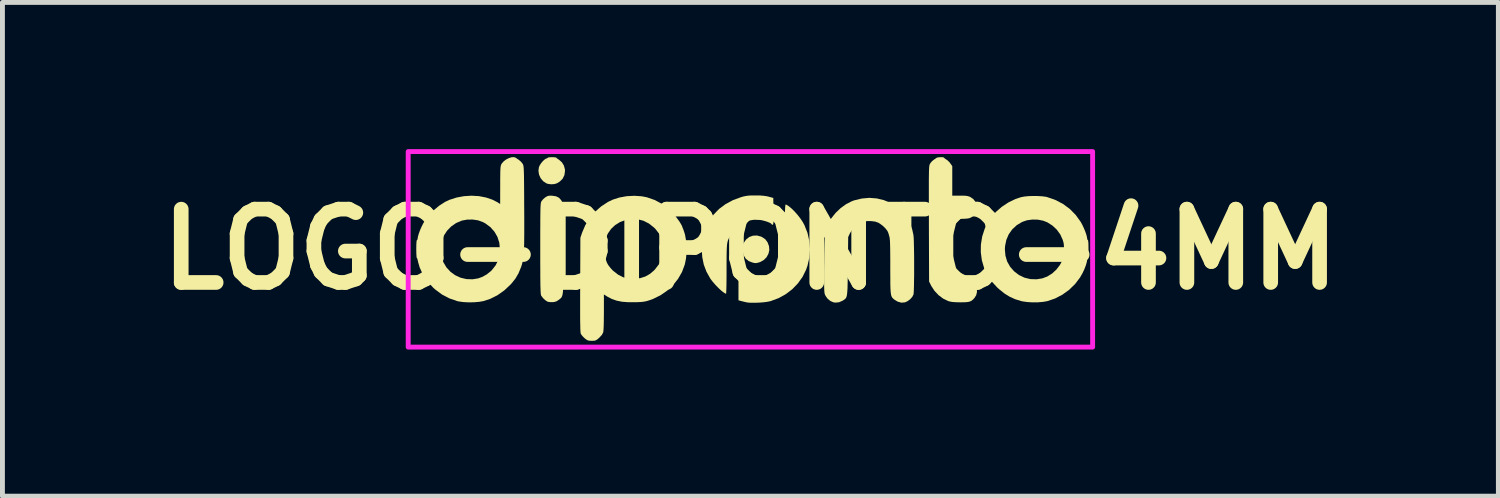
<source format=kicad_pcb>
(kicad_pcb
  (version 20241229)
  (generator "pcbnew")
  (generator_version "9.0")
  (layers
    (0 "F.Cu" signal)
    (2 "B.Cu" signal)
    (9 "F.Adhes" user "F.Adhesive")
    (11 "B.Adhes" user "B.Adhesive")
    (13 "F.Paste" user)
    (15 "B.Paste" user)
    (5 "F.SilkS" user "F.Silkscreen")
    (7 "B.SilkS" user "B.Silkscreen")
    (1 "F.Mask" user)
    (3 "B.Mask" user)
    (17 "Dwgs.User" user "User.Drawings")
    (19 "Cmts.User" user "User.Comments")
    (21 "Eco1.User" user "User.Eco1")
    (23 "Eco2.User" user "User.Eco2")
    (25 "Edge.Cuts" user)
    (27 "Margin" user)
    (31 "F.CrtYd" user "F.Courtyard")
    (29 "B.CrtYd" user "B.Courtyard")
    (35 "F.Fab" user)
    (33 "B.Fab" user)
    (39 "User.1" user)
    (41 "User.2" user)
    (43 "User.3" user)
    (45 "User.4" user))
  (footprint "LOGO-DIPONTO-4MM"
    (layer "F.Cu")
    (at 12.3 2.05)
    (property "Reference" "LOGO-DIPONTO-4MM" (at 0 0 0) (layer "F.SilkS") (effects (font (size 1.5 1.5) (thickness 0.3))))
    (attr board_only exclude_from_pos_files exclude_from_bom)
    (fp_poly (pts (xy 0.216 -0.261) (xy 0.238 -0.251) (xy 0.304 -0.206) (xy 0.35 -0.145) (xy 0.38 -0.066) (xy 0.387 0.014) (xy 0.369 0.091) (xy 0.331 0.161) (xy 0.275 0.218) (xy 0.204 0.258) (xy 0.185 0.265) (xy 0.141 0.277) (xy 0.111 0.282) (xy 0.085 0.28) (xy 0.049 0.272) (xy 0.047 0.272) (xy -0.034 0.241) (xy -0.096 0.191) (xy -0.137 0.124) (xy -0.158 0.039) (xy -0.16 0.014) (xy -0.161 -0.045) (xy -0.155 -0.089) (xy -0.139 -0.129) (xy -0.138 -0.13) (xy -0.088 -0.202) (xy -0.023 -0.252) (xy 0.052 -0.279) (xy 0.133 -0.283)) (stroke (width 0) (type solid)) (fill yes) (layer "F.SilkS"))
    (fp_poly (pts (xy -4.025 -1.884) (xy -3.991 -1.881) (xy -3.972 -1.876) (xy -3.971 -1.874) (xy -3.958 -1.861) (xy -3.929 -1.841) (xy -3.916 -1.832) (xy -3.857 -1.781) (xy -3.815 -1.713) (xy -3.794 -1.634) (xy -3.793 -1.602) (xy -3.805 -1.517) (xy -3.841 -1.444) (xy -3.901 -1.385) (xy -3.956 -1.351) (xy -4.009 -1.335) (xy -4.074 -1.33) (xy -4.137 -1.338) (xy -4.17 -1.348) (xy -4.239 -1.393) (xy -4.291 -1.455) (xy -4.324 -1.529) (xy -4.336 -1.61) (xy -4.326 -1.68) (xy -4.309 -1.719) (xy -4.281 -1.762) (xy -4.246 -1.804) (xy -4.21 -1.837) (xy -4.18 -1.856) (xy -4.17 -1.858) (xy -4.152 -1.865) (xy -4.15 -1.871) (xy -4.138 -1.878) (xy -4.107 -1.883) (xy -4.067 -1.885)) (stroke (width 0) (type solid)) (fill yes) (layer "F.SilkS"))
    (fp_poly (pts (xy 0.726 -0.917) (xy 0.776 -0.889) (xy 0.835 -0.841) (xy 0.899 -0.779) (xy 0.962 -0.708) (xy 1.022 -0.631) (xy 1.073 -0.554) (xy 1.105 -0.495) (xy 1.168 -0.335) (xy 1.205 -0.168) (xy 1.218 0.002) (xy 1.205 0.171) (xy 1.167 0.337) (xy 1.139 0.417) (xy 1.066 0.564) (xy 0.971 0.697) (xy 0.856 0.816) (xy 0.724 0.917) (xy 0.578 0.998) (xy 0.42 1.057) (xy 0.393 1.064) (xy 0.337 1.075) (xy 0.264 1.084) (xy 0.182 1.09) (xy 0.098 1.093) (xy 0.02 1.093) (xy -0.044 1.09) (xy -0.076 1.085) (xy -0.128 1.073) (xy -0.182 1.06) (xy -0.188 1.058) (xy -0.244 1.043) (xy -0.244 0.765) (xy -0.244 0.488) (xy -0.193 0.521) (xy -0.111 0.561) (xy -0.013 0.586) (xy 0.094 0.595) (xy 0.202 0.588) (xy 0.303 0.566) (xy 0.325 0.558) (xy 0.427 0.505) (xy 0.519 0.43) (xy 0.599 0.335) (xy 0.663 0.225) (xy 0.672 0.203) (xy 0.679 0.186) (xy 0.684 0.167) (xy 0.689 0.142) (xy 0.692 0.109) (xy 0.695 0.066) (xy 0.697 0.009) (xy 0.699 -0.064) (xy 0.7 -0.156) (xy 0.702 -0.27) (xy 0.703 -0.391) (xy 0.704 -0.527) (xy 0.705 -0.639) (xy 0.706 -0.728) (xy 0.708 -0.797) (xy 0.71 -0.847) (xy 0.713 -0.883) (xy 0.716 -0.904) (xy 0.72 -0.915) (xy 0.725 -0.917)) (stroke (width 0) (type solid)) (fill yes) (layer "F.SilkS"))
    (fp_poly (pts (xy 0.197 -1.101) (xy 0.272 -1.095) (xy 0.335 -1.086) (xy 0.373 -1.077) (xy 0.468 -1.051) (xy 0.472 -0.776) (xy 0.473 -0.682) (xy 0.473 -0.612) (xy 0.472 -0.563) (xy 0.469 -0.53) (xy 0.465 -0.511) (xy 0.46 -0.503) (xy 0.455 -0.502) (xy 0.436 -0.508) (xy 0.434 -0.513) (xy 0.422 -0.528) (xy 0.389 -0.546) (xy 0.341 -0.565) (xy 0.286 -0.582) (xy 0.227 -0.596) (xy 0.203 -0.6) (xy 0.077 -0.605) (xy -0.043 -0.586) (xy -0.155 -0.543) (xy -0.256 -0.479) (xy -0.342 -0.397) (xy -0.411 -0.297) (xy -0.46 -0.182) (xy -0.467 -0.156) (xy -0.473 -0.129) (xy -0.478 -0.095) (xy -0.481 -0.052) (xy -0.484 0.004) (xy -0.486 0.076) (xy -0.487 0.166) (xy -0.488 0.277) (xy -0.488 0.413) (xy -0.488 0.416) (xy -0.488 0.529) (xy -0.489 0.632) (xy -0.49 0.724) (xy -0.492 0.8) (xy -0.494 0.858) (xy -0.496 0.895) (xy -0.498 0.909) (xy -0.516 0.902) (xy -0.544 0.885) (xy -0.547 0.883) (xy -0.596 0.845) (xy -0.653 0.792) (xy -0.712 0.731) (xy -0.768 0.667) (xy -0.813 0.609) (xy -0.821 0.597) (xy -0.9 0.456) (xy -0.954 0.312) (xy -0.985 0.16) (xy -0.995 0) (xy -0.992 -0.113) (xy -0.981 -0.21) (xy -0.961 -0.301) (xy -0.93 -0.398) (xy -0.92 -0.422) (xy -0.849 -0.573) (xy -0.755 -0.708) (xy -0.642 -0.825) (xy -0.508 -0.925) (xy -0.355 -1.007) (xy -0.194 -1.066) (xy -0.138 -1.082) (xy -0.088 -1.092) (xy -0.036 -1.099) (xy 0.026 -1.102) (xy 0.102 -1.102)) (stroke (width 0) (type solid)) (fill yes) (layer "F.SilkS"))
    (fp_poly (pts (xy -4.051 -1.096) (xy -3.974 -1.084) (xy -3.916 -1.055) (xy -3.872 -1.007) (xy -3.853 -0.972) (xy -3.847 -0.96) (xy -3.842 -0.947) (xy -3.838 -0.931) (xy -3.835 -0.911) (xy -3.832 -0.884) (xy -3.83 -0.847) (xy -3.828 -0.8) (xy -3.827 -0.74) (xy -3.826 -0.664) (xy -3.825 -0.572) (xy -3.825 -0.461) (xy -3.824 -0.328) (xy -3.824 -0.172) (xy -3.824 -0.006) (xy -3.824 0.179) (xy -3.824 0.338) (xy -3.825 0.474) (xy -3.825 0.59) (xy -3.826 0.685) (xy -3.829 0.764) (xy -3.832 0.828) (xy -3.836 0.878) (xy -3.842 0.918) (xy -3.849 0.948) (xy -3.858 0.97) (xy -3.868 0.988) (xy -3.881 1.002) (xy -3.897 1.015) (xy -3.914 1.029) (xy -3.922 1.035) (xy -3.967 1.064) (xy -4.016 1.078) (xy -4.044 1.08) (xy -4.093 1.08) (xy -4.135 1.075) (xy -4.15 1.07) (xy -4.195 1.042) (xy -4.241 0.999) (xy -4.276 0.953) (xy -4.28 0.947) (xy -4.284 0.935) (xy -4.287 0.917) (xy -4.29 0.888) (xy -4.292 0.849) (xy -4.294 0.796) (xy -4.296 0.728) (xy -4.297 0.644) (xy -4.298 0.541) (xy -4.298 0.417) (xy -4.299 0.271) (xy -4.299 0.101) (xy -4.299 -0.016) (xy -4.299 -0.197) (xy -4.299 -0.353) (xy -4.298 -0.486) (xy -4.298 -0.598) (xy -4.297 -0.691) (xy -4.296 -0.766) (xy -4.295 -0.826) (xy -4.293 -0.873) (xy -4.291 -0.909) (xy -4.288 -0.935) (xy -4.285 -0.954) (xy -4.281 -0.968) (xy -4.277 -0.978) (xy -4.272 -0.986) (xy -4.244 -1.021) (xy -4.205 -1.056) (xy -4.191 -1.066) (xy -4.157 -1.086) (xy -4.125 -1.096) (xy -4.084 -1.098)) (stroke (width 0) (type solid)) (fill yes) (layer "F.SilkS"))
    (fp_poly (pts (xy 3.936 -1.883) (xy 3.957 -1.878) (xy 3.96 -1.875) (xy 3.971 -1.862) (xy 3.997 -1.844) (xy 4.004 -1.84) (xy 4.039 -1.814) (xy 4.075 -1.777) (xy 4.089 -1.759) (xy 4.129 -1.702) (xy 4.129 -1.4) (xy 4.129 -1.098) (xy 4.284 -1.098) (xy 4.357 -1.098) (xy 4.409 -1.095) (xy 4.448 -1.088) (xy 4.48 -1.078) (xy 4.498 -1.07) (xy 4.561 -1.026) (xy 4.606 -0.969) (xy 4.63 -0.902) (xy 4.634 -0.832) (xy 4.615 -0.764) (xy 4.581 -0.711) (xy 4.548 -0.677) (xy 4.517 -0.653) (xy 4.48 -0.637) (xy 4.433 -0.629) (xy 4.37 -0.625) (xy 4.296 -0.624) (xy 4.129 -0.624) (xy 4.136 -0.033) (xy 4.143 0.558) (xy 4.175 0.584) (xy 4.197 0.598) (xy 4.227 0.606) (xy 4.271 0.61) (xy 4.324 0.611) (xy 4.4 0.613) (xy 4.456 0.622) (xy 4.497 0.636) (xy 4.56 0.678) (xy 4.605 0.735) (xy 4.631 0.801) (xy 4.635 0.871) (xy 4.618 0.94) (xy 4.581 0.998) (xy 4.549 1.031) (xy 4.518 1.055) (xy 4.483 1.07) (xy 4.438 1.079) (xy 4.377 1.083) (xy 4.294 1.084) (xy 4.289 1.084) (xy 4.204 1.082) (xy 4.14 1.078) (xy 4.09 1.07) (xy 4.048 1.059) (xy 4.045 1.058) (xy 3.944 1.009) (xy 3.849 0.938) (xy 3.766 0.85) (xy 3.701 0.751) (xy 3.693 0.735) (xy 3.655 0.658) (xy 3.651 -0.522) (xy 3.651 -0.728) (xy 3.65 -0.909) (xy 3.65 -1.066) (xy 3.65 -1.202) (xy 3.65 -1.317) (xy 3.65 -1.414) (xy 3.651 -1.494) (xy 3.652 -1.559) (xy 3.653 -1.611) (xy 3.655 -1.652) (xy 3.657 -1.683) (xy 3.66 -1.706) (xy 3.663 -1.723) (xy 3.667 -1.736) (xy 3.671 -1.745) (xy 3.673 -1.749) (xy 3.702 -1.789) (xy 3.74 -1.824) (xy 3.744 -1.827) (xy 3.778 -1.85) (xy 3.803 -1.868) (xy 3.807 -1.871) (xy 3.827 -1.879) (xy 3.862 -1.883) (xy 3.901 -1.885)) (stroke (width 0) (type solid)) (fill yes) (layer "F.SilkS"))
    (fp_poly (pts (xy 5.876 -1.09) (xy 5.966 -1.085) (xy 6.041 -1.075) (xy 6.069 -1.069) (xy 6.24 -1.009) (xy 6.395 -0.928) (xy 6.533 -0.826) (xy 6.654 -0.703) (xy 6.755 -0.563) (xy 6.789 -0.502) (xy 6.821 -0.433) (xy 6.85 -0.362) (xy 6.873 -0.295) (xy 6.886 -0.241) (xy 6.889 -0.216) (xy 6.895 -0.195) (xy 6.903 -0.19) (xy 6.908 -0.177) (xy 6.913 -0.139) (xy 6.915 -0.079) (xy 6.916 -0.000026) (xy 6.916 0.001) (xy 6.915 0.084) (xy 6.913 0.142) (xy 6.908 0.175) (xy 6.903 0.183) (xy 6.892 0.188) (xy 6.889 0.206) (xy 6.881 0.261) (xy 6.86 0.332) (xy 6.829 0.412) (xy 6.79 0.494) (xy 6.745 0.572) (xy 6.743 0.576) (xy 6.641 0.71) (xy 6.52 0.828) (xy 6.383 0.927) (xy 6.234 1.005) (xy 6.077 1.059) (xy 5.987 1.075) (xy 5.881 1.084) (xy 5.769 1.085) (xy 5.659 1.078) (xy 5.562 1.064) (xy 5.533 1.057) (xy 5.412 1.019) (xy 5.304 0.97) (xy 5.2 0.906) (xy 5.096 0.823) (xy 5.049 0.781) (xy 4.937 0.659) (xy 4.847 0.524) (xy 4.779 0.378) (xy 4.734 0.223) (xy 4.713 0.063) (xy 4.713 0) (xy 5.205 0) (xy 5.217 0.131) (xy 5.252 0.25) (xy 5.313 0.357) (xy 5.392 0.448) (xy 5.494 0.526) (xy 5.606 0.58) (xy 5.727 0.609) (xy 5.854 0.613) (xy 5.973 0.594) (xy 6.075 0.555) (xy 6.172 0.494) (xy 6.259 0.414) (xy 6.331 0.32) (xy 6.36 0.267) (xy 6.381 0.22) (xy 6.396 0.18) (xy 6.404 0.137) (xy 6.409 0.083) (xy 6.412 0.035) (xy 6.414 -0.035) (xy 6.412 -0.088) (xy 6.406 -0.132) (xy 6.393 -0.178) (xy 6.388 -0.195) (xy 6.338 -0.305) (xy 6.266 -0.404) (xy 6.176 -0.487) (xy 6.074 -0.552) (xy 5.99 -0.585) (xy 5.881 -0.607) (xy 5.767 -0.609) (xy 5.657 -0.594) (xy 5.558 -0.56) (xy 5.447 -0.493) (xy 5.356 -0.408) (xy 5.284 -0.307) (xy 5.235 -0.193) (xy 5.209 -0.067) (xy 5.205 0) (xy 4.713 0) (xy 4.715 -0.099) (xy 4.741 -0.261) (xy 4.792 -0.419) (xy 4.837 -0.518) (xy 4.919 -0.647) (xy 5.022 -0.765) (xy 5.144 -0.871) (xy 5.279 -0.96) (xy 5.423 -1.03) (xy 5.533 -1.066) (xy 5.6 -1.079) (xy 5.685 -1.088) (xy 5.78 -1.091)) (stroke (width 0) (type solid)) (fill yes) (layer "F.SilkS"))
    (fp_poly (pts (xy 2.585 -1.041) (xy 2.731 -1.006) (xy 2.867 -0.947) (xy 2.992 -0.866) (xy 3.104 -0.764) (xy 3.2 -0.642) (xy 3.227 -0.598) (xy 3.276 -0.503) (xy 3.31 -0.406) (xy 3.334 -0.296) (xy 3.335 -0.285) (xy 3.339 -0.249) (xy 3.342 -0.191) (xy 3.344 -0.114) (xy 3.346 -0.022) (xy 3.348 0.08) (xy 3.349 0.191) (xy 3.349 0.305) (xy 3.349 0.419) (xy 3.349 0.531) (xy 3.347 0.635) (xy 3.346 0.729) (xy 3.344 0.809) (xy 3.341 0.871) (xy 3.338 0.912) (xy 3.336 0.924) (xy 3.31 0.974) (xy 3.267 1.022) (xy 3.213 1.062) (xy 3.161 1.085) (xy 3.087 1.091) (xy 3.012 1.07) (xy 2.952 1.034) (xy 2.931 1.018) (xy 2.913 1.002) (xy 2.899 0.984) (xy 2.887 0.963) (xy 2.878 0.934) (xy 2.872 0.895) (xy 2.867 0.845) (xy 2.864 0.78) (xy 2.862 0.697) (xy 2.862 0.595) (xy 2.861 0.47) (xy 2.861 0.356) (xy 2.861 0.207) (xy 2.86 0.083) (xy 2.859 -0.019) (xy 2.857 -0.1) (xy 2.855 -0.163) (xy 2.851 -0.209) (xy 2.847 -0.242) (xy 2.843 -0.259) (xy 2.832 -0.297) (xy 2.825 -0.323) (xy 2.823 -0.329) (xy 2.804 -0.374) (xy 2.765 -0.425) (xy 2.713 -0.477) (xy 2.652 -0.523) (xy 2.615 -0.545) (xy 2.553 -0.567) (xy 2.477 -0.577) (xy 2.394 -0.578) (xy 2.316 -0.567) (xy 2.251 -0.546) (xy 2.249 -0.545) (xy 2.163 -0.489) (xy 2.09 -0.414) (xy 2.036 -0.328) (xy 2 -0.251) (xy 1.993 0.346) (xy 1.992 0.494) (xy 1.99 0.618) (xy 1.988 0.719) (xy 1.986 0.801) (xy 1.982 0.865) (xy 1.977 0.915) (xy 1.971 0.952) (xy 1.962 0.98) (xy 1.951 1.001) (xy 1.936 1.016) (xy 1.919 1.03) (xy 1.898 1.043) (xy 1.888 1.05) (xy 1.813 1.083) (xy 1.735 1.09) (xy 1.691 1.082) (xy 1.631 1.054) (xy 1.576 1.007) (xy 1.535 0.949) (xy 1.519 0.91) (xy 1.515 0.884) (xy 1.511 0.842) (xy 1.509 0.782) (xy 1.508 0.702) (xy 1.507 0.601) (xy 1.507 0.477) (xy 1.508 0.327) (xy 1.509 0.279) (xy 1.51 0.131) (xy 1.512 0.007) (xy 1.514 -0.096) (xy 1.517 -0.18) (xy 1.521 -0.249) (xy 1.526 -0.306) (xy 1.533 -0.353) (xy 1.542 -0.394) (xy 1.554 -0.431) (xy 1.568 -0.468) (xy 1.585 -0.507) (xy 1.593 -0.524) (xy 1.657 -0.638) (xy 1.743 -0.745) (xy 1.844 -0.842) (xy 1.956 -0.923) (xy 2.073 -0.983) (xy 2.12 -1.001) (xy 2.278 -1.039) (xy 2.433 -1.053)) (stroke (width 0) (type solid)) (fill yes) (layer "F.SilkS"))
    (fp_poly (pts (xy -2.223 -1.085) (xy -2.116 -1.064) (xy -1.958 -1.009) (xy -1.811 -0.931) (xy -1.676 -0.83) (xy -1.556 -0.71) (xy -1.455 -0.573) (xy -1.447 -0.56) (xy -1.422 -0.519) (xy -1.404 -0.487) (xy -1.397 -0.471) (xy -1.397 -0.471) (xy -1.392 -0.456) (xy -1.38 -0.425) (xy -1.374 -0.412) (xy -1.34 -0.31) (xy -1.318 -0.191) (xy -1.306 -0.062) (xy -1.306 0.07) (xy -1.319 0.197) (xy -1.342 0.31) (xy -1.399 0.463) (xy -1.48 0.604) (xy -1.582 0.733) (xy -1.703 0.846) (xy -1.841 0.941) (xy -1.994 1.016) (xy -2.045 1.035) (xy -2.097 1.052) (xy -2.142 1.064) (xy -2.189 1.072) (xy -2.244 1.078) (xy -2.316 1.081) (xy -2.353 1.082) (xy -2.5 1.082) (xy -2.627 1.072) (xy -2.737 1.05) (xy -2.835 1.015) (xy -2.926 0.968) (xy -2.933 0.963) (xy -2.997 0.923) (xy -2.997 1.285) (xy -2.998 1.389) (xy -2.999 1.484) (xy -3.001 1.566) (xy -3.004 1.633) (xy -3.008 1.678) (xy -3.011 1.698) (xy -3.036 1.747) (xy -3.085 1.801) (xy -3.094 1.81) (xy -3.132 1.843) (xy -3.161 1.861) (xy -3.191 1.869) (xy -3.232 1.871) (xy -3.246 1.871) (xy -3.295 1.87) (xy -3.328 1.862) (xy -3.359 1.844) (xy -3.392 1.818) (xy -3.429 1.782) (xy -3.458 1.746) (xy -3.47 1.726) (xy -3.474 1.71) (xy -3.476 1.679) (xy -3.479 1.633) (xy -3.48 1.568) (xy -3.482 1.485) (xy -3.483 1.381) (xy -3.483 1.256) (xy -3.483 1.107) (xy -3.483 0.935) (xy -3.482 0.736) (xy -3.482 0.725) (xy -3.479 0.021) (xy -2.996 0.021) (xy -2.979 0.143) (xy -2.939 0.264) (xy -2.922 0.298) (xy -2.897 0.338) (xy -2.859 0.385) (xy -2.816 0.432) (xy -2.809 0.438) (xy -2.706 0.519) (xy -2.596 0.574) (xy -2.478 0.603) (xy -2.354 0.606) (xy -2.252 0.589) (xy -2.149 0.556) (xy -2.059 0.505) (xy -1.974 0.434) (xy -1.953 0.412) (xy -1.872 0.307) (xy -1.817 0.195) (xy -1.787 0.076) (xy -1.784 -0.05) (xy -1.79 -0.1) (xy -1.82 -0.219) (xy -1.871 -0.324) (xy -1.946 -0.42) (xy -1.972 -0.445) (xy -2.075 -0.527) (xy -2.187 -0.584) (xy -2.306 -0.615) (xy -2.429 -0.62) (xy -2.554 -0.599) (xy -2.666 -0.558) (xy -2.767 -0.496) (xy -2.851 -0.416) (xy -2.917 -0.321) (xy -2.964 -0.214) (xy -2.99 -0.099) (xy -2.996 0.021) (xy -3.479 0.021) (xy -3.478 -0.237) (xy -3.443 -0.341) (xy -3.377 -0.495) (xy -3.288 -0.638) (xy -3.179 -0.767) (xy -3.053 -0.878) (xy -2.914 -0.969) (xy -2.816 -1.016) (xy -2.679 -1.06) (xy -2.529 -1.087) (xy -2.374 -1.095)) (stroke (width 0) (type solid)) (fill yes) (layer "F.SilkS"))
    (fp_poly (pts (xy -4.799 -1.873) (xy -4.797 -1.871) (xy -4.775 -1.855) (xy -4.742 -1.833) (xy -4.734 -1.827) (xy -4.695 -1.794) (xy -4.662 -1.754) (xy -4.659 -1.749) (xy -4.653 -1.739) (xy -4.649 -1.728) (xy -4.644 -1.713) (xy -4.641 -1.692) (xy -4.638 -1.665) (xy -4.636 -1.627) (xy -4.634 -1.578) (xy -4.632 -1.516) (xy -4.631 -1.437) (xy -4.63 -1.341) (xy -4.629 -1.225) (xy -4.628 -1.086) (xy -4.628 -0.924) (xy -4.627 -0.841) (xy -4.626 -0.65) (xy -4.626 -0.484) (xy -4.626 -0.34) (xy -4.627 -0.217) (xy -4.628 -0.112) (xy -4.631 -0.024) (xy -4.634 0.051) (xy -4.639 0.114) (xy -4.644 0.168) (xy -4.651 0.215) (xy -4.66 0.257) (xy -4.67 0.296) (xy -4.682 0.335) (xy -4.691 0.363) (xy -4.743 0.489) (xy -4.807 0.599) (xy -4.891 0.704) (xy -4.902 0.716) (xy -5.033 0.839) (xy -5.174 0.939) (xy -5.324 1.014) (xy -5.457 1.058) (xy -5.548 1.074) (xy -5.653 1.083) (xy -5.765 1.085) (xy -5.873 1.079) (xy -5.968 1.066) (xy -6.001 1.058) (xy -6.159 1.003) (xy -6.308 0.925) (xy -6.448 0.821) (xy -6.486 0.787) (xy -6.571 0.697) (xy -6.649 0.594) (xy -6.714 0.483) (xy -6.765 0.372) (xy -6.796 0.266) (xy -6.797 0.26) (xy -6.807 0.217) (xy -6.816 0.186) (xy -6.824 0.176) (xy -6.828 0.164) (xy -6.831 0.129) (xy -6.834 0.076) (xy -6.834 0.041) (xy -6.333 0.041) (xy -6.317 0.156) (xy -6.283 0.259) (xy -6.282 0.261) (xy -6.218 0.37) (xy -6.135 0.46) (xy -6.037 0.531) (xy -5.927 0.581) (xy -5.808 0.609) (xy -5.683 0.613) (xy -5.567 0.594) (xy -5.48 0.562) (xy -5.392 0.512) (xy -5.314 0.45) (xy -5.287 0.423) (xy -5.213 0.329) (xy -5.163 0.231) (xy -5.134 0.125) (xy -5.124 0.004) (xy -5.124 -0.007) (xy -5.137 -0.136) (xy -5.175 -0.255) (xy -5.236 -0.361) (xy -5.319 -0.454) (xy -5.423 -0.531) (xy -5.474 -0.558) (xy -5.571 -0.593) (xy -5.68 -0.609) (xy -5.793 -0.608) (xy -5.901 -0.588) (xy -5.908 -0.585) (xy -6.019 -0.538) (xy -6.119 -0.469) (xy -6.204 -0.382) (xy -6.27 -0.281) (xy -6.307 -0.189) (xy -6.33 -0.077) (xy -6.333 0.041) (xy -6.834 0.041) (xy -6.835 0.012) (xy -6.835 -0.007) (xy -6.834 -0.084) (xy -6.831 -0.142) (xy -6.827 -0.178) (xy -6.821 -0.19) (xy -6.81 -0.201) (xy -6.808 -0.216) (xy -6.801 -0.259) (xy -6.784 -0.319) (xy -6.759 -0.388) (xy -6.728 -0.46) (xy -6.694 -0.528) (xy -6.672 -0.566) (xy -6.586 -0.685) (xy -6.483 -0.795) (xy -6.367 -0.892) (xy -6.246 -0.97) (xy -6.157 -1.012) (xy -6.012 -1.059) (xy -5.86 -1.087) (xy -5.705 -1.097) (xy -5.553 -1.088) (xy -5.408 -1.06) (xy -5.276 -1.015) (xy -5.192 -0.972) (xy -5.119 -0.928) (xy -5.118 -1.317) (xy -5.118 -1.43) (xy -5.117 -1.519) (xy -5.116 -1.588) (xy -5.114 -1.64) (xy -5.111 -1.677) (xy -5.107 -1.704) (xy -5.102 -1.724) (xy -5.095 -1.74) (xy -5.087 -1.754) (xy -5.049 -1.798) (xy -5 -1.836) (xy -4.943 -1.865) (xy -4.887 -1.883) (xy -4.837 -1.886)) (stroke (width 0) (type solid)) (fill yes) (layer "F.SilkS"))
    (fp_rect (start -7 -2) (end 7 2) (stroke (width 0.1) (type default)) (fill no) (layer "F.CrtYd")))
  (gr_rect
    (start -3 -3)
    (end 27.6 7.1)
    (stroke (width 0.1) (type default))
    (fill no)
    (layer "Edge.Cuts")))
</source>
